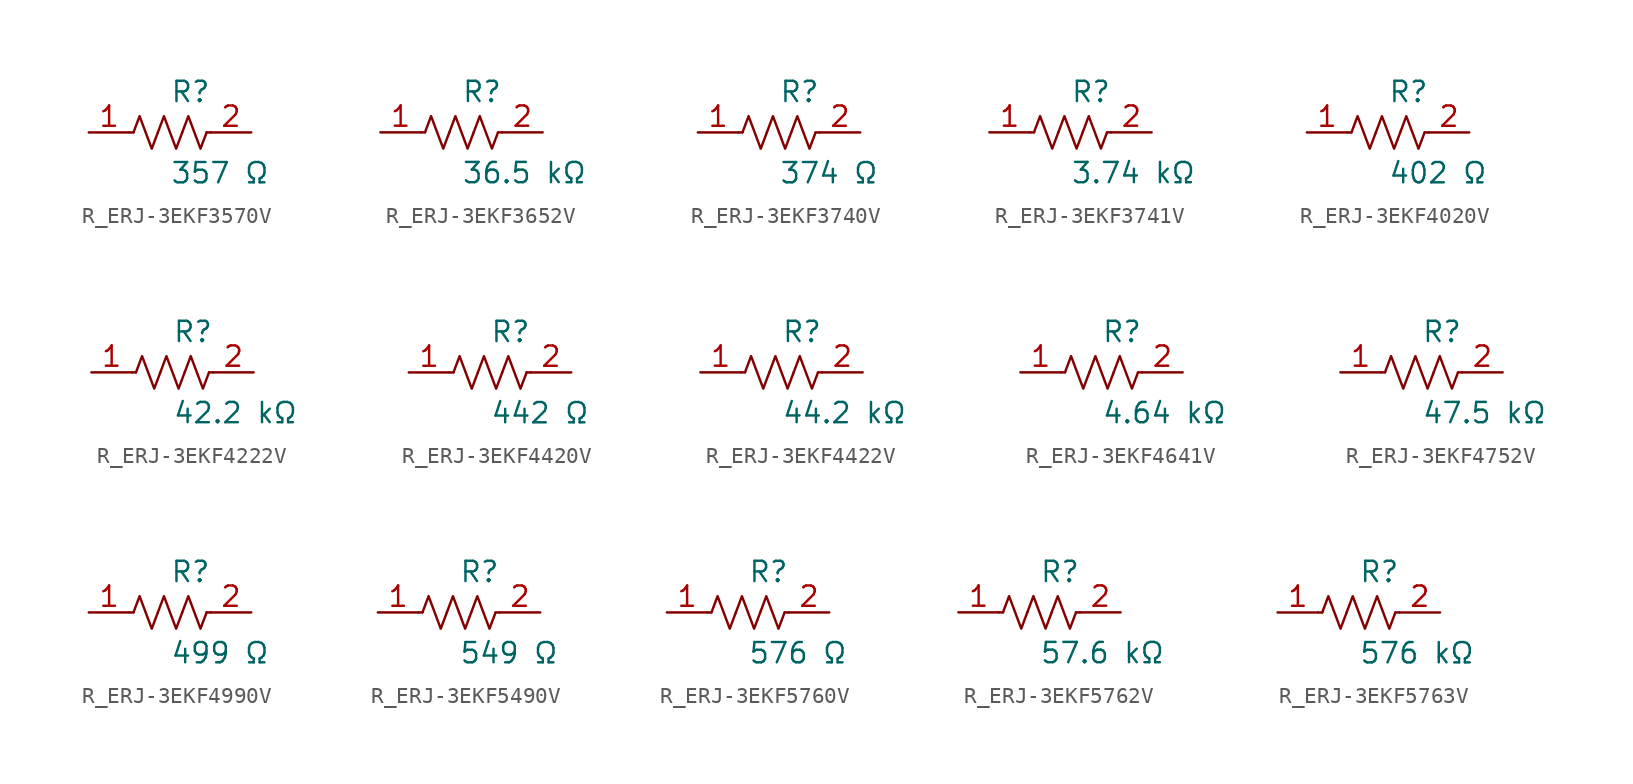
<source format=kicad_sym>
(kicad_symbol_lib
  (version 20231120)
  (generator kicad_symbol_editor)
  (generator_version 8.0)
  (symbol "R_ERJ-3EKF3570V"
    (pin_names
      (offset 0.254))
    (property "Reference" "R"
      (at 0.0 2.54 0)
      (effects (font (size 1.27 1.27)) (justify left)))
    (property "Value" "357 Ω"
      (at 0.0 -2.54 0)
      (effects (font (size 1.27 1.27)) (justify left)))
    (symbol "R_ERJ-3EKF3570V_0_1"
      (polyline (pts (xy 2.286 0) (xy 2.54 0)) (stroke (width 0) (type default)) (fill (type none)))
      (polyline (pts (xy -2.286 0) (xy -2.54 0)) (stroke (width 0) (type default)) (fill (type none)))
      (polyline (pts (xy 0.762 0) (xy 1.143 1.016) (xy 1.524 0) (xy 1.905 -1.016) (xy 2.286 0)) (stroke (width 0) (type default)) (fill (type none)))
      (polyline (pts (xy -0.762 0) (xy -0.381 1.016) (xy 0 0) (xy 0.381 -1.016) (xy 0.762 0)) (stroke (width 0) (type default)) (fill (type none)))
      (polyline (pts (xy -2.286 0) (xy -1.905 1.016) (xy -1.524 0) (xy -1.143 -1.016) (xy -0.762 0)) (stroke (width 0) (type default)) (fill (type none))))
    (pin unspecified line
      (at -5.08 0 0)
      (length 2.54)
      (name "" (effects (font (size 1.27 1.27))))
      (number "1" (effects (font (size 1.27 1.27)))))
    (pin unspecified line
      (at 5.08 0 180)
      (length 2.54)
      (name "" (effects (font (size 1.27 1.27))))
      (number "2" (effects (font (size 1.27 1.27))))))
  (symbol "R_ERJ-3EKF3652V"
    (pin_names
      (offset 0.254))
    (property "Reference" "R"
      (at 0.0 2.54 0)
      (effects (font (size 1.27 1.27)) (justify left)))
    (property "Value" "36.5 kΩ"
      (at 0.0 -2.54 0)
      (effects (font (size 1.27 1.27)) (justify left)))
    (symbol "R_ERJ-3EKF3652V_0_1"
      (polyline (pts (xy 2.286 0) (xy 2.54 0)) (stroke (width 0) (type default)) (fill (type none)))
      (polyline (pts (xy -2.286 0) (xy -2.54 0)) (stroke (width 0) (type default)) (fill (type none)))
      (polyline (pts (xy 0.762 0) (xy 1.143 1.016) (xy 1.524 0) (xy 1.905 -1.016) (xy 2.286 0)) (stroke (width 0) (type default)) (fill (type none)))
      (polyline (pts (xy -0.762 0) (xy -0.381 1.016) (xy 0 0) (xy 0.381 -1.016) (xy 0.762 0)) (stroke (width 0) (type default)) (fill (type none)))
      (polyline (pts (xy -2.286 0) (xy -1.905 1.016) (xy -1.524 0) (xy -1.143 -1.016) (xy -0.762 0)) (stroke (width 0) (type default)) (fill (type none))))
    (pin unspecified line
      (at -5.08 0 0)
      (length 2.54)
      (name "" (effects (font (size 1.27 1.27))))
      (number "1" (effects (font (size 1.27 1.27)))))
    (pin unspecified line
      (at 5.08 0 180)
      (length 2.54)
      (name "" (effects (font (size 1.27 1.27))))
      (number "2" (effects (font (size 1.27 1.27))))))
  (symbol "R_ERJ-3EKF3740V"
    (pin_names
      (offset 0.254))
    (property "Reference" "R"
      (at 0.0 2.54 0)
      (effects (font (size 1.27 1.27)) (justify left)))
    (property "Value" "374 Ω"
      (at 0.0 -2.54 0)
      (effects (font (size 1.27 1.27)) (justify left)))
    (symbol "R_ERJ-3EKF3740V_0_1"
      (polyline (pts (xy 2.286 0) (xy 2.54 0)) (stroke (width 0) (type default)) (fill (type none)))
      (polyline (pts (xy -2.286 0) (xy -2.54 0)) (stroke (width 0) (type default)) (fill (type none)))
      (polyline (pts (xy 0.762 0) (xy 1.143 1.016) (xy 1.524 0) (xy 1.905 -1.016) (xy 2.286 0)) (stroke (width 0) (type default)) (fill (type none)))
      (polyline (pts (xy -0.762 0) (xy -0.381 1.016) (xy 0 0) (xy 0.381 -1.016) (xy 0.762 0)) (stroke (width 0) (type default)) (fill (type none)))
      (polyline (pts (xy -2.286 0) (xy -1.905 1.016) (xy -1.524 0) (xy -1.143 -1.016) (xy -0.762 0)) (stroke (width 0) (type default)) (fill (type none))))
    (pin unspecified line
      (at -5.08 0 0)
      (length 2.54)
      (name "" (effects (font (size 1.27 1.27))))
      (number "1" (effects (font (size 1.27 1.27)))))
    (pin unspecified line
      (at 5.08 0 180)
      (length 2.54)
      (name "" (effects (font (size 1.27 1.27))))
      (number "2" (effects (font (size 1.27 1.27))))))
  (symbol "R_ERJ-3EKF3741V"
    (pin_names
      (offset 0.254))
    (property "Reference" "R"
      (at 0.0 2.54 0)
      (effects (font (size 1.27 1.27)) (justify left)))
    (property "Value" "3.74 kΩ"
      (at 0.0 -2.54 0)
      (effects (font (size 1.27 1.27)) (justify left)))
    (symbol "R_ERJ-3EKF3741V_0_1"
      (polyline (pts (xy 2.286 0) (xy 2.54 0)) (stroke (width 0) (type default)) (fill (type none)))
      (polyline (pts (xy -2.286 0) (xy -2.54 0)) (stroke (width 0) (type default)) (fill (type none)))
      (polyline (pts (xy 0.762 0) (xy 1.143 1.016) (xy 1.524 0) (xy 1.905 -1.016) (xy 2.286 0)) (stroke (width 0) (type default)) (fill (type none)))
      (polyline (pts (xy -0.762 0) (xy -0.381 1.016) (xy 0 0) (xy 0.381 -1.016) (xy 0.762 0)) (stroke (width 0) (type default)) (fill (type none)))
      (polyline (pts (xy -2.286 0) (xy -1.905 1.016) (xy -1.524 0) (xy -1.143 -1.016) (xy -0.762 0)) (stroke (width 0) (type default)) (fill (type none))))
    (pin unspecified line
      (at -5.08 0 0)
      (length 2.54)
      (name "" (effects (font (size 1.27 1.27))))
      (number "1" (effects (font (size 1.27 1.27)))))
    (pin unspecified line
      (at 5.08 0 180)
      (length 2.54)
      (name "" (effects (font (size 1.27 1.27))))
      (number "2" (effects (font (size 1.27 1.27))))))
  (symbol "R_ERJ-3EKF4020V"
    (pin_names
      (offset 0.254))
    (property "Reference" "R"
      (at 0.0 2.54 0)
      (effects (font (size 1.27 1.27)) (justify left)))
    (property "Value" "402 Ω"
      (at 0.0 -2.54 0)
      (effects (font (size 1.27 1.27)) (justify left)))
    (symbol "R_ERJ-3EKF4020V_0_1"
      (polyline (pts (xy 2.286 0) (xy 2.54 0)) (stroke (width 0) (type default)) (fill (type none)))
      (polyline (pts (xy -2.286 0) (xy -2.54 0)) (stroke (width 0) (type default)) (fill (type none)))
      (polyline (pts (xy 0.762 0) (xy 1.143 1.016) (xy 1.524 0) (xy 1.905 -1.016) (xy 2.286 0)) (stroke (width 0) (type default)) (fill (type none)))
      (polyline (pts (xy -0.762 0) (xy -0.381 1.016) (xy 0 0) (xy 0.381 -1.016) (xy 0.762 0)) (stroke (width 0) (type default)) (fill (type none)))
      (polyline (pts (xy -2.286 0) (xy -1.905 1.016) (xy -1.524 0) (xy -1.143 -1.016) (xy -0.762 0)) (stroke (width 0) (type default)) (fill (type none))))
    (pin unspecified line
      (at -5.08 0 0)
      (length 2.54)
      (name "" (effects (font (size 1.27 1.27))))
      (number "1" (effects (font (size 1.27 1.27)))))
    (pin unspecified line
      (at 5.08 0 180)
      (length 2.54)
      (name "" (effects (font (size 1.27 1.27))))
      (number "2" (effects (font (size 1.27 1.27))))))
  (symbol "R_ERJ-3EKF4222V"
    (pin_names
      (offset 0.254))
    (property "Reference" "R"
      (at 0.0 2.54 0)
      (effects (font (size 1.27 1.27)) (justify left)))
    (property "Value" "42.2 kΩ"
      (at 0.0 -2.54 0)
      (effects (font (size 1.27 1.27)) (justify left)))
    (symbol "R_ERJ-3EKF4222V_0_1"
      (polyline (pts (xy 2.286 0) (xy 2.54 0)) (stroke (width 0) (type default)) (fill (type none)))
      (polyline (pts (xy -2.286 0) (xy -2.54 0)) (stroke (width 0) (type default)) (fill (type none)))
      (polyline (pts (xy 0.762 0) (xy 1.143 1.016) (xy 1.524 0) (xy 1.905 -1.016) (xy 2.286 0)) (stroke (width 0) (type default)) (fill (type none)))
      (polyline (pts (xy -0.762 0) (xy -0.381 1.016) (xy 0 0) (xy 0.381 -1.016) (xy 0.762 0)) (stroke (width 0) (type default)) (fill (type none)))
      (polyline (pts (xy -2.286 0) (xy -1.905 1.016) (xy -1.524 0) (xy -1.143 -1.016) (xy -0.762 0)) (stroke (width 0) (type default)) (fill (type none))))
    (pin unspecified line
      (at -5.08 0 0)
      (length 2.54)
      (name "" (effects (font (size 1.27 1.27))))
      (number "1" (effects (font (size 1.27 1.27)))))
    (pin unspecified line
      (at 5.08 0 180)
      (length 2.54)
      (name "" (effects (font (size 1.27 1.27))))
      (number "2" (effects (font (size 1.27 1.27))))))
  (symbol "R_ERJ-3EKF4420V"
    (pin_names
      (offset 0.254))
    (property "Reference" "R"
      (at 0.0 2.54 0)
      (effects (font (size 1.27 1.27)) (justify left)))
    (property "Value" "442 Ω"
      (at 0.0 -2.54 0)
      (effects (font (size 1.27 1.27)) (justify left)))
    (symbol "R_ERJ-3EKF4420V_0_1"
      (polyline (pts (xy 2.286 0) (xy 2.54 0)) (stroke (width 0) (type default)) (fill (type none)))
      (polyline (pts (xy -2.286 0) (xy -2.54 0)) (stroke (width 0) (type default)) (fill (type none)))
      (polyline (pts (xy 0.762 0) (xy 1.143 1.016) (xy 1.524 0) (xy 1.905 -1.016) (xy 2.286 0)) (stroke (width 0) (type default)) (fill (type none)))
      (polyline (pts (xy -0.762 0) (xy -0.381 1.016) (xy 0 0) (xy 0.381 -1.016) (xy 0.762 0)) (stroke (width 0) (type default)) (fill (type none)))
      (polyline (pts (xy -2.286 0) (xy -1.905 1.016) (xy -1.524 0) (xy -1.143 -1.016) (xy -0.762 0)) (stroke (width 0) (type default)) (fill (type none))))
    (pin unspecified line
      (at -5.08 0 0)
      (length 2.54)
      (name "" (effects (font (size 1.27 1.27))))
      (number "1" (effects (font (size 1.27 1.27)))))
    (pin unspecified line
      (at 5.08 0 180)
      (length 2.54)
      (name "" (effects (font (size 1.27 1.27))))
      (number "2" (effects (font (size 1.27 1.27))))))
  (symbol "R_ERJ-3EKF4422V"
    (pin_names
      (offset 0.254))
    (property "Reference" "R"
      (at 0.0 2.54 0)
      (effects (font (size 1.27 1.27)) (justify left)))
    (property "Value" "44.2 kΩ"
      (at 0.0 -2.54 0)
      (effects (font (size 1.27 1.27)) (justify left)))
    (symbol "R_ERJ-3EKF4422V_0_1"
      (polyline (pts (xy 2.286 0) (xy 2.54 0)) (stroke (width 0) (type default)) (fill (type none)))
      (polyline (pts (xy -2.286 0) (xy -2.54 0)) (stroke (width 0) (type default)) (fill (type none)))
      (polyline (pts (xy 0.762 0) (xy 1.143 1.016) (xy 1.524 0) (xy 1.905 -1.016) (xy 2.286 0)) (stroke (width 0) (type default)) (fill (type none)))
      (polyline (pts (xy -0.762 0) (xy -0.381 1.016) (xy 0 0) (xy 0.381 -1.016) (xy 0.762 0)) (stroke (width 0) (type default)) (fill (type none)))
      (polyline (pts (xy -2.286 0) (xy -1.905 1.016) (xy -1.524 0) (xy -1.143 -1.016) (xy -0.762 0)) (stroke (width 0) (type default)) (fill (type none))))
    (pin unspecified line
      (at -5.08 0 0)
      (length 2.54)
      (name "" (effects (font (size 1.27 1.27))))
      (number "1" (effects (font (size 1.27 1.27)))))
    (pin unspecified line
      (at 5.08 0 180)
      (length 2.54)
      (name "" (effects (font (size 1.27 1.27))))
      (number "2" (effects (font (size 1.27 1.27))))))
  (symbol "R_ERJ-3EKF4641V"
    (pin_names
      (offset 0.254))
    (property "Reference" "R"
      (at 0.0 2.54 0)
      (effects (font (size 1.27 1.27)) (justify left)))
    (property "Value" "4.64 kΩ"
      (at 0.0 -2.54 0)
      (effects (font (size 1.27 1.27)) (justify left)))
    (symbol "R_ERJ-3EKF4641V_0_1"
      (polyline (pts (xy 2.286 0) (xy 2.54 0)) (stroke (width 0) (type default)) (fill (type none)))
      (polyline (pts (xy -2.286 0) (xy -2.54 0)) (stroke (width 0) (type default)) (fill (type none)))
      (polyline (pts (xy 0.762 0) (xy 1.143 1.016) (xy 1.524 0) (xy 1.905 -1.016) (xy 2.286 0)) (stroke (width 0) (type default)) (fill (type none)))
      (polyline (pts (xy -0.762 0) (xy -0.381 1.016) (xy 0 0) (xy 0.381 -1.016) (xy 0.762 0)) (stroke (width 0) (type default)) (fill (type none)))
      (polyline (pts (xy -2.286 0) (xy -1.905 1.016) (xy -1.524 0) (xy -1.143 -1.016) (xy -0.762 0)) (stroke (width 0) (type default)) (fill (type none))))
    (pin unspecified line
      (at -5.08 0 0)
      (length 2.54)
      (name "" (effects (font (size 1.27 1.27))))
      (number "1" (effects (font (size 1.27 1.27)))))
    (pin unspecified line
      (at 5.08 0 180)
      (length 2.54)
      (name "" (effects (font (size 1.27 1.27))))
      (number "2" (effects (font (size 1.27 1.27))))))
  (symbol "R_ERJ-3EKF4752V"
    (pin_names
      (offset 0.254))
    (property "Reference" "R"
      (at 0.0 2.54 0)
      (effects (font (size 1.27 1.27)) (justify left)))
    (property "Value" "47.5 kΩ"
      (at 0.0 -2.54 0)
      (effects (font (size 1.27 1.27)) (justify left)))
    (symbol "R_ERJ-3EKF4752V_0_1"
      (polyline (pts (xy 2.286 0) (xy 2.54 0)) (stroke (width 0) (type default)) (fill (type none)))
      (polyline (pts (xy -2.286 0) (xy -2.54 0)) (stroke (width 0) (type default)) (fill (type none)))
      (polyline (pts (xy 0.762 0) (xy 1.143 1.016) (xy 1.524 0) (xy 1.905 -1.016) (xy 2.286 0)) (stroke (width 0) (type default)) (fill (type none)))
      (polyline (pts (xy -0.762 0) (xy -0.381 1.016) (xy 0 0) (xy 0.381 -1.016) (xy 0.762 0)) (stroke (width 0) (type default)) (fill (type none)))
      (polyline (pts (xy -2.286 0) (xy -1.905 1.016) (xy -1.524 0) (xy -1.143 -1.016) (xy -0.762 0)) (stroke (width 0) (type default)) (fill (type none))))
    (pin unspecified line
      (at -5.08 0 0)
      (length 2.54)
      (name "" (effects (font (size 1.27 1.27))))
      (number "1" (effects (font (size 1.27 1.27)))))
    (pin unspecified line
      (at 5.08 0 180)
      (length 2.54)
      (name "" (effects (font (size 1.27 1.27))))
      (number "2" (effects (font (size 1.27 1.27))))))
  (symbol "R_ERJ-3EKF4990V"
    (pin_names
      (offset 0.254))
    (property "Reference" "R"
      (at 0.0 2.54 0)
      (effects (font (size 1.27 1.27)) (justify left)))
    (property "Value" "499 Ω"
      (at 0.0 -2.54 0)
      (effects (font (size 1.27 1.27)) (justify left)))
    (symbol "R_ERJ-3EKF4990V_0_1"
      (polyline (pts (xy 2.286 0) (xy 2.54 0)) (stroke (width 0) (type default)) (fill (type none)))
      (polyline (pts (xy -2.286 0) (xy -2.54 0)) (stroke (width 0) (type default)) (fill (type none)))
      (polyline (pts (xy 0.762 0) (xy 1.143 1.016) (xy 1.524 0) (xy 1.905 -1.016) (xy 2.286 0)) (stroke (width 0) (type default)) (fill (type none)))
      (polyline (pts (xy -0.762 0) (xy -0.381 1.016) (xy 0 0) (xy 0.381 -1.016) (xy 0.762 0)) (stroke (width 0) (type default)) (fill (type none)))
      (polyline (pts (xy -2.286 0) (xy -1.905 1.016) (xy -1.524 0) (xy -1.143 -1.016) (xy -0.762 0)) (stroke (width 0) (type default)) (fill (type none))))
    (pin unspecified line
      (at -5.08 0 0)
      (length 2.54)
      (name "" (effects (font (size 1.27 1.27))))
      (number "1" (effects (font (size 1.27 1.27)))))
    (pin unspecified line
      (at 5.08 0 180)
      (length 2.54)
      (name "" (effects (font (size 1.27 1.27))))
      (number "2" (effects (font (size 1.27 1.27))))))
  (symbol "R_ERJ-3EKF5490V"
    (pin_names
      (offset 0.254))
    (property "Reference" "R"
      (at 0.0 2.54 0)
      (effects (font (size 1.27 1.27)) (justify left)))
    (property "Value" "549 Ω"
      (at 0.0 -2.54 0)
      (effects (font (size 1.27 1.27)) (justify left)))
    (symbol "R_ERJ-3EKF5490V_0_1"
      (polyline (pts (xy 2.286 0) (xy 2.54 0)) (stroke (width 0) (type default)) (fill (type none)))
      (polyline (pts (xy -2.286 0) (xy -2.54 0)) (stroke (width 0) (type default)) (fill (type none)))
      (polyline (pts (xy 0.762 0) (xy 1.143 1.016) (xy 1.524 0) (xy 1.905 -1.016) (xy 2.286 0)) (stroke (width 0) (type default)) (fill (type none)))
      (polyline (pts (xy -0.762 0) (xy -0.381 1.016) (xy 0 0) (xy 0.381 -1.016) (xy 0.762 0)) (stroke (width 0) (type default)) (fill (type none)))
      (polyline (pts (xy -2.286 0) (xy -1.905 1.016) (xy -1.524 0) (xy -1.143 -1.016) (xy -0.762 0)) (stroke (width 0) (type default)) (fill (type none))))
    (pin unspecified line
      (at -5.08 0 0)
      (length 2.54)
      (name "" (effects (font (size 1.27 1.27))))
      (number "1" (effects (font (size 1.27 1.27)))))
    (pin unspecified line
      (at 5.08 0 180)
      (length 2.54)
      (name "" (effects (font (size 1.27 1.27))))
      (number "2" (effects (font (size 1.27 1.27))))))
  (symbol "R_ERJ-3EKF5760V"
    (pin_names
      (offset 0.254))
    (property "Reference" "R"
      (at 0.0 2.54 0)
      (effects (font (size 1.27 1.27)) (justify left)))
    (property "Value" "576 Ω"
      (at 0.0 -2.54 0)
      (effects (font (size 1.27 1.27)) (justify left)))
    (symbol "R_ERJ-3EKF5760V_0_1"
      (polyline (pts (xy 2.286 0) (xy 2.54 0)) (stroke (width 0) (type default)) (fill (type none)))
      (polyline (pts (xy -2.286 0) (xy -2.54 0)) (stroke (width 0) (type default)) (fill (type none)))
      (polyline (pts (xy 0.762 0) (xy 1.143 1.016) (xy 1.524 0) (xy 1.905 -1.016) (xy 2.286 0)) (stroke (width 0) (type default)) (fill (type none)))
      (polyline (pts (xy -0.762 0) (xy -0.381 1.016) (xy 0 0) (xy 0.381 -1.016) (xy 0.762 0)) (stroke (width 0) (type default)) (fill (type none)))
      (polyline (pts (xy -2.286 0) (xy -1.905 1.016) (xy -1.524 0) (xy -1.143 -1.016) (xy -0.762 0)) (stroke (width 0) (type default)) (fill (type none))))
    (pin unspecified line
      (at -5.08 0 0)
      (length 2.54)
      (name "" (effects (font (size 1.27 1.27))))
      (number "1" (effects (font (size 1.27 1.27)))))
    (pin unspecified line
      (at 5.08 0 180)
      (length 2.54)
      (name "" (effects (font (size 1.27 1.27))))
      (number "2" (effects (font (size 1.27 1.27))))))
  (symbol "R_ERJ-3EKF5762V"
    (pin_names
      (offset 0.254))
    (property "Reference" "R"
      (at 0.0 2.54 0)
      (effects (font (size 1.27 1.27)) (justify left)))
    (property "Value" "57.6 kΩ"
      (at 0.0 -2.54 0)
      (effects (font (size 1.27 1.27)) (justify left)))
    (symbol "R_ERJ-3EKF5762V_0_1"
      (polyline (pts (xy 2.286 0) (xy 2.54 0)) (stroke (width 0) (type default)) (fill (type none)))
      (polyline (pts (xy -2.286 0) (xy -2.54 0)) (stroke (width 0) (type default)) (fill (type none)))
      (polyline (pts (xy 0.762 0) (xy 1.143 1.016) (xy 1.524 0) (xy 1.905 -1.016) (xy 2.286 0)) (stroke (width 0) (type default)) (fill (type none)))
      (polyline (pts (xy -0.762 0) (xy -0.381 1.016) (xy 0 0) (xy 0.381 -1.016) (xy 0.762 0)) (stroke (width 0) (type default)) (fill (type none)))
      (polyline (pts (xy -2.286 0) (xy -1.905 1.016) (xy -1.524 0) (xy -1.143 -1.016) (xy -0.762 0)) (stroke (width 0) (type default)) (fill (type none))))
    (pin unspecified line
      (at -5.08 0 0)
      (length 2.54)
      (name "" (effects (font (size 1.27 1.27))))
      (number "1" (effects (font (size 1.27 1.27)))))
    (pin unspecified line
      (at 5.08 0 180)
      (length 2.54)
      (name "" (effects (font (size 1.27 1.27))))
      (number "2" (effects (font (size 1.27 1.27))))))
  (symbol "R_ERJ-3EKF5763V"
    (pin_names
      (offset 0.254))
    (property "Reference" "R"
      (at 0.0 2.54 0)
      (effects (font (size 1.27 1.27)) (justify left)))
    (property "Value" "576 kΩ"
      (at 0.0 -2.54 0)
      (effects (font (size 1.27 1.27)) (justify left)))
    (symbol "R_ERJ-3EKF5763V_0_1"
      (polyline (pts (xy 2.286 0) (xy 2.54 0)) (stroke (width 0) (type default)) (fill (type none)))
      (polyline (pts (xy -2.286 0) (xy -2.54 0)) (stroke (width 0) (type default)) (fill (type none)))
      (polyline (pts (xy 0.762 0) (xy 1.143 1.016) (xy 1.524 0) (xy 1.905 -1.016) (xy 2.286 0)) (stroke (width 0) (type default)) (fill (type none)))
      (polyline (pts (xy -0.762 0) (xy -0.381 1.016) (xy 0 0) (xy 0.381 -1.016) (xy 0.762 0)) (stroke (width 0) (type default)) (fill (type none)))
      (polyline (pts (xy -2.286 0) (xy -1.905 1.016) (xy -1.524 0) (xy -1.143 -1.016) (xy -0.762 0)) (stroke (width 0) (type default)) (fill (type none))))
    (pin unspecified line
      (at -5.08 0 0)
      (length 2.54)
      (name "" (effects (font (size 1.27 1.27))))
      (number "1" (effects (font (size 1.27 1.27)))))
    (pin unspecified line
      (at 5.08 0 180)
      (length 2.54)
      (name "" (effects (font (size 1.27 1.27))))
      (number "2" (effects (font (size 1.27 1.27)))))))
</source>
